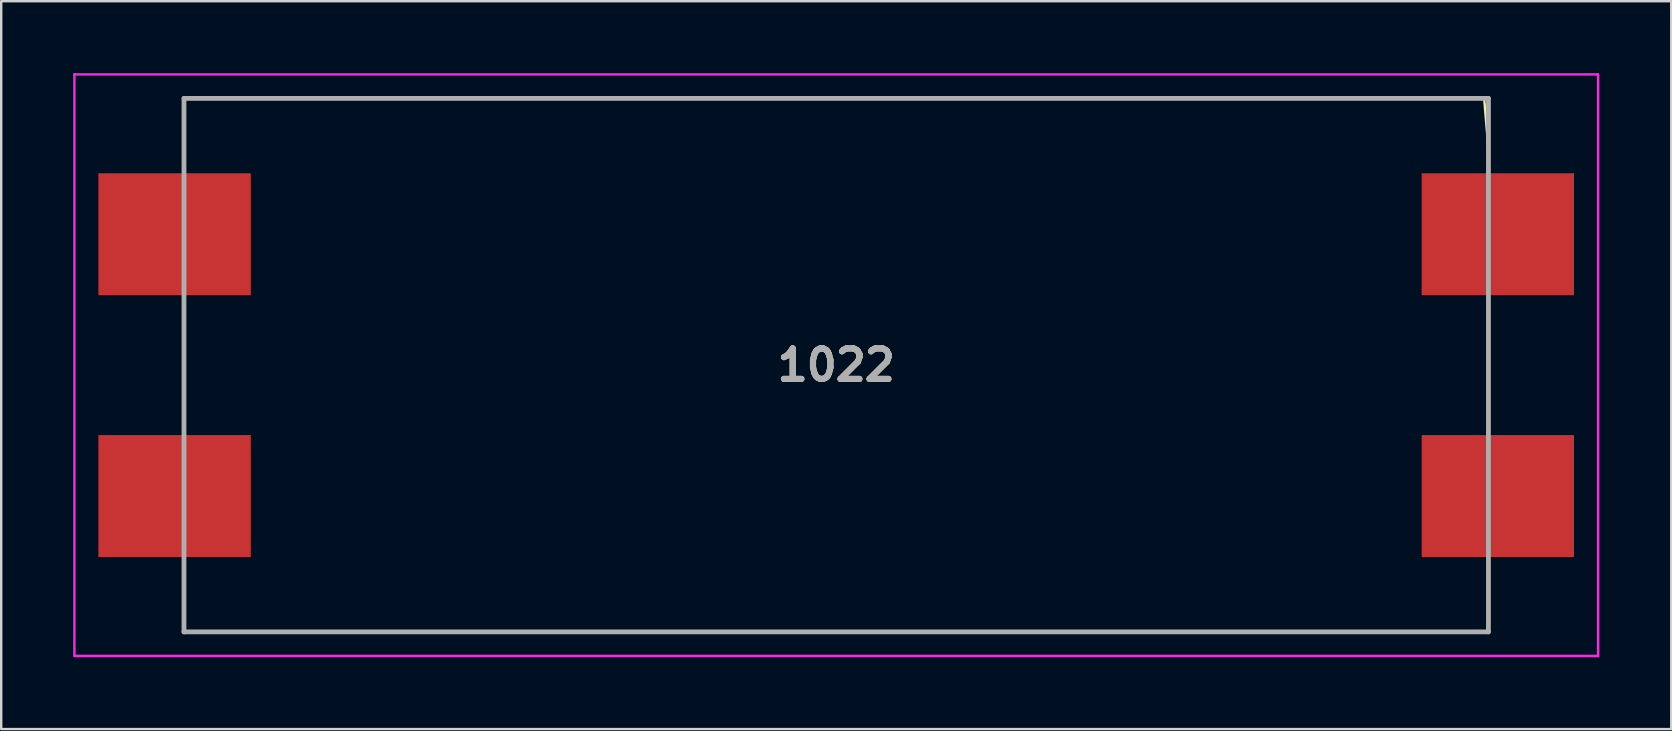
<source format=kicad_pcb>
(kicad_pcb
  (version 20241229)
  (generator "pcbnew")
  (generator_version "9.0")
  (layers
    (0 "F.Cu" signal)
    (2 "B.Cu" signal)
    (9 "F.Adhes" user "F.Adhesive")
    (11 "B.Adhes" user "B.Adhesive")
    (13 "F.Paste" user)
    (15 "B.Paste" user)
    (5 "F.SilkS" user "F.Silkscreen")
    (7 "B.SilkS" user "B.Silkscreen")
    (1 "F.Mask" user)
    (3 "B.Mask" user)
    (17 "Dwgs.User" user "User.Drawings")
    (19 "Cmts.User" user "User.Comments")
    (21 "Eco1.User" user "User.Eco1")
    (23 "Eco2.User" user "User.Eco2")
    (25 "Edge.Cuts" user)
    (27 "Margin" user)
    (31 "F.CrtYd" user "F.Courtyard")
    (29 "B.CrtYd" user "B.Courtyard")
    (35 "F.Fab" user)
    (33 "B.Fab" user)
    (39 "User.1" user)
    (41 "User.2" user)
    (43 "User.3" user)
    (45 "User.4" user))
  (footprint "1022"
    (layer "F.Cu")
    (at 31.795 12.165)
    (property "Reference" "1022" (at 0 0 0) (layer "F.SilkS") (effects (font (size 1.27 1.27) (thickness 0.254))))
    (attr through_hole)
    (fp_line (start -27.178 9) (end -27.178 11.115) (stroke (width 0.1) (type solid)) (layer "F.SilkS"))
    (fp_line (start -27.178 11.115) (end 27.178 11.115) (stroke (width 0.1) (type solid)) (layer "F.SilkS"))
    (fp_line (start 27 -11.115) (end -22 -11.115) (stroke (width 0.1) (type solid)) (layer "F.SilkS"))
    (fp_line (start 27.178 -9) (end 27 -11.115) (stroke (width 0.1) (type solid)) (layer "F.SilkS"))
    (fp_line (start 27.178 11.115) (end 27.178 9) (stroke (width 0.1) (type solid)) (layer "F.SilkS"))
    (fp_line (start -31.745 -12.115) (end 31.745 -12.115) (stroke (width 0.1) (type solid)) (layer "F.CrtYd"))
    (fp_line (start -31.745 12.115) (end -31.745 -12.115) (stroke (width 0.1) (type solid)) (layer "F.CrtYd"))
    (fp_line (start 31.745 -12.115) (end 31.745 12.115) (stroke (width 0.1) (type solid)) (layer "F.CrtYd"))
    (fp_line (start 31.745 12.115) (end -31.745 12.115) (stroke (width 0.1) (type solid)) (layer "F.CrtYd"))
    (fp_line (start -27.178 -11.115) (end 27.178 -11.115) (stroke (width 0.2) (type solid)) (layer "F.Fab"))
    (fp_line (start -27.178 11.115) (end -27.178 -11.115) (stroke (width 0.2) (type solid)) (layer "F.Fab"))
    (fp_line (start 27.178 -11.115) (end 27.178 11.115) (stroke (width 0.2) (type solid)) (layer "F.Fab"))
    (fp_line (start 27.178 11.115) (end -27.178 11.115) (stroke (width 0.2) (type solid)) (layer "F.Fab"))
    (fp_text user "${REFERENCE}" (at 0 0 0) (layer "F.Fab") (effects (font (size 1.27 1.27) (thickness 0.254))))
    (pad "" np_thru_hole circle (at -24.395 -10.075) (size 0.001 0.001) (drill 1.98) (layers "*.Cu" "*.Mask"))
    (pad "1" smd rect (at -27.57 -5.455 90) (size 5.08 6.35) (layers "F.Cu" "F.Mask" "F.Paste"))
    (pad "2" smd rect (at -27.57 5.455 90) (size 5.08 6.35) (layers "F.Cu" "F.Mask" "F.Paste"))
    (pad "3" smd rect (at 27.57 5.455 90) (size 5.08 6.35) (layers "F.Cu" "F.Mask" "F.Paste"))
    (pad "4" smd rect (at 27.57 -5.455 90) (size 5.08 6.35) (layers "F.Cu" "F.Mask" "F.Paste")))
  (gr_rect
    (start -3 -3)
    (end 66.59 27.33)
    (stroke (width 0.1) (type default))
    (fill no)
    (layer "Edge.Cuts")))
</source>
